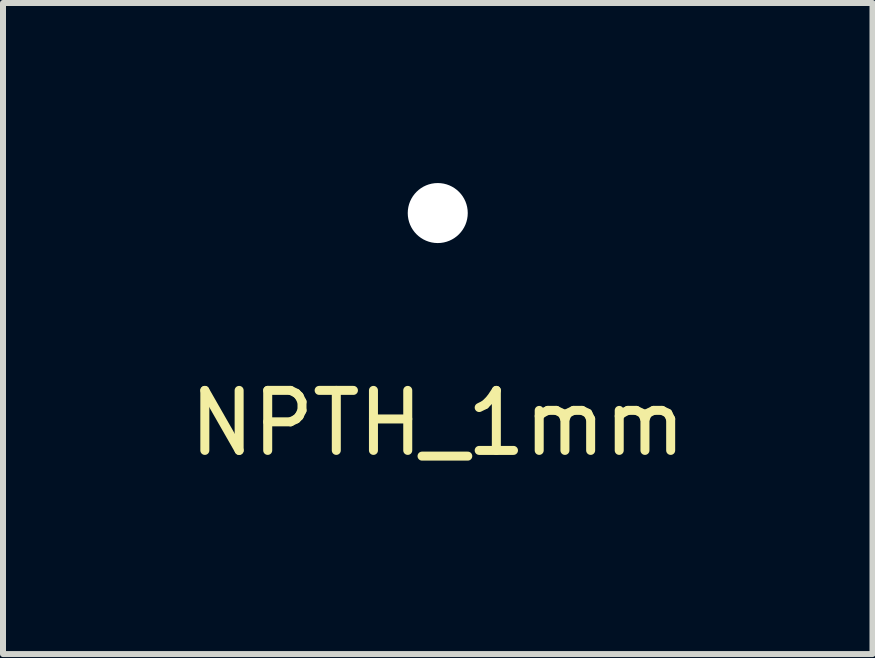
<source format=kicad_pcb>
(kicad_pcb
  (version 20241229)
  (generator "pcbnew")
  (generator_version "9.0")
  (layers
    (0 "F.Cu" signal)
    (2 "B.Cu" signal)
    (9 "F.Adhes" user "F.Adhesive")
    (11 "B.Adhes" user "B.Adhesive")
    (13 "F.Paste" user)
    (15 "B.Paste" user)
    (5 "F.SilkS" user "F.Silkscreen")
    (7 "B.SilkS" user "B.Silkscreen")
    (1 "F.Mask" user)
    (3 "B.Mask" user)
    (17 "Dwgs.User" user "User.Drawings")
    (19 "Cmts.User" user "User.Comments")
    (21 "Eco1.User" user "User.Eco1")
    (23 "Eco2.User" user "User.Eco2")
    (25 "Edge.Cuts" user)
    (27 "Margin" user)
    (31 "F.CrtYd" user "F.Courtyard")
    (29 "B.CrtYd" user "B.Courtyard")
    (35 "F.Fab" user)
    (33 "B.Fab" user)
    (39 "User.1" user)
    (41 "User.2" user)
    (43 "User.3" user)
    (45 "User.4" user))
  (footprint "NPTH_1mm"
    (layer "F.Cu")
    (at 4.244 0.5)
    (property "Reference" "NPTH_1mm" (at 0 3.5 0) (layer "F.SilkS") (effects (font (size 1 1) (thickness 0.15))))
    (attr through_hole)
    (pad "" np_thru_hole circle (at 0 0) (size 1 1) (drill 1) (layers "*.Cu" "*.Mask")))
  (gr_rect
    (start -3 -3)
    (end 11.488 7.848)
    (stroke (width 0.1) (type default))
    (fill no)
    (layer "Edge.Cuts")))
</source>
